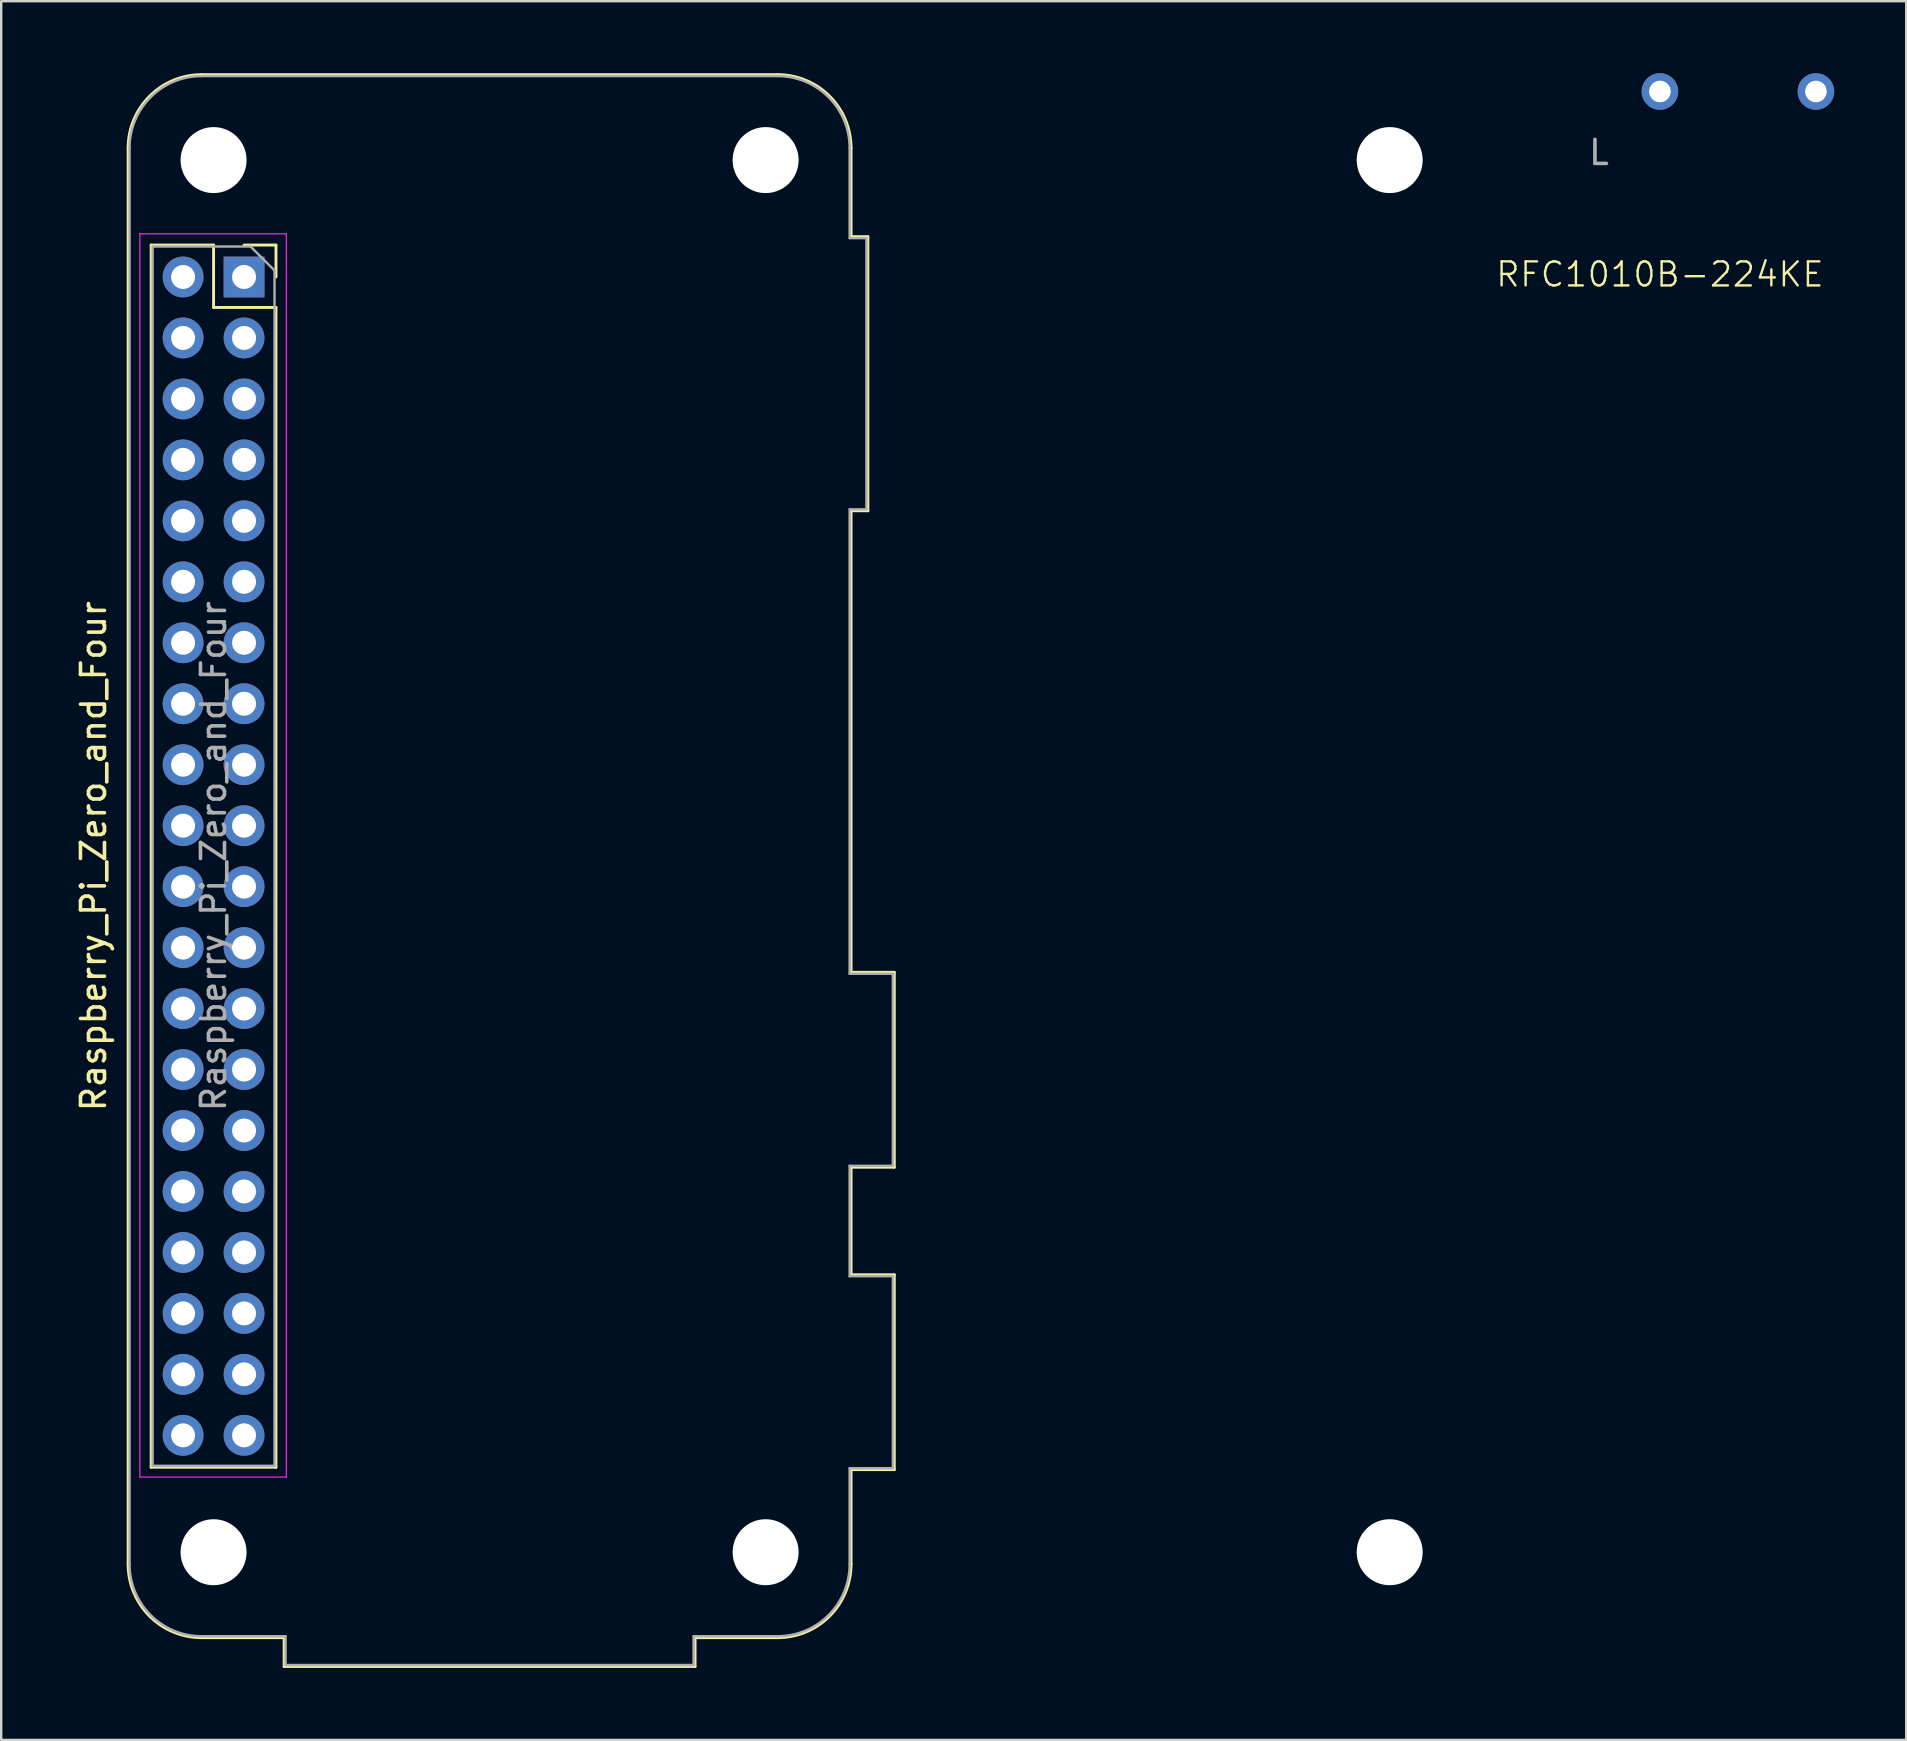
<source format=kicad_pcb>
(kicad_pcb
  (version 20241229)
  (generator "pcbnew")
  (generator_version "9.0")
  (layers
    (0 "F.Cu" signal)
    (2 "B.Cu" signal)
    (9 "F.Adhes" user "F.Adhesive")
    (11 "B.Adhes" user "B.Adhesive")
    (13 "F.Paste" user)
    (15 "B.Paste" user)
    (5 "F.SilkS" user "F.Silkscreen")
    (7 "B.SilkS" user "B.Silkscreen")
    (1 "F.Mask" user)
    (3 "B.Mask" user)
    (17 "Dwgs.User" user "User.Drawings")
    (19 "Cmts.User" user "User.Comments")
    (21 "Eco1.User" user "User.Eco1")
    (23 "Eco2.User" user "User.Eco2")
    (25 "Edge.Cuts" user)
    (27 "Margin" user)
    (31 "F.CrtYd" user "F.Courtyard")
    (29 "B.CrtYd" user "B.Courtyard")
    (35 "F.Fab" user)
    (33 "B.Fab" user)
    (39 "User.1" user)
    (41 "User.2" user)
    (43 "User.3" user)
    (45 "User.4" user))
  (footprint "Raspberry_Pi_Zero_and_Four"
    (layer "F.Cu")
    (at 7.118 8.49)
    (property "Reference" "Raspberry_Pi_Zero_and_Four" (at -6.27 24.13 90) (layer "F.SilkS") (effects (font (size 1 1) (thickness 0.15))))
    (attr through_hole)
    (fp_line (start -4.83 53.63) (end -4.83 -5.37) (stroke (width 0.12) (type solid)) (layer "F.SilkS"))
    (fp_line (start -3.87 -1.33) (end -3.87 49.59) (stroke (width 0.12) (type solid)) (layer "F.SilkS"))
    (fp_line (start -3.87 -1.33) (end -1.27 -1.33) (stroke (width 0.12) (type solid)) (layer "F.SilkS"))
    (fp_line (start -3.87 49.59) (end 1.33 49.59) (stroke (width 0.12) (type solid)) (layer "F.SilkS"))
    (fp_line (start -1.77 -8.43) (end 22.23 -8.43) (stroke (width 0.12) (type solid)) (layer "F.SilkS"))
    (fp_line (start -1.27 -1.33) (end -1.27 1.27) (stroke (width 0.12) (type solid)) (layer "F.SilkS"))
    (fp_line (start -1.27 1.27) (end 1.33 1.27) (stroke (width 0.12) (type solid)) (layer "F.SilkS"))
    (fp_line (start 0 -1.33) (end 1.33 -1.33) (stroke (width 0.12) (type solid)) (layer "F.SilkS"))
    (fp_line (start 1.33 -1.33) (end 1.33 0) (stroke (width 0.12) (type solid)) (layer "F.SilkS"))
    (fp_line (start 1.33 1.27) (end 1.33 49.59) (stroke (width 0.12) (type solid)) (layer "F.SilkS"))
    (fp_line (start 1.67 56.69) (end -1.77 56.69) (stroke (width 0.12) (type solid)) (layer "F.SilkS"))
    (fp_line (start 1.67 56.69) (end 1.67 57.89) (stroke (width 0.12) (type solid)) (layer "F.SilkS"))
    (fp_line (start 1.67 57.89) (end 18.79 57.89) (stroke (width 0.12) (type solid)) (layer "F.SilkS"))
    (fp_line (start 18.79 56.69) (end 22.23 56.69) (stroke (width 0.12) (type solid)) (layer "F.SilkS"))
    (fp_line (start 18.79 57.89) (end 18.79 56.69) (stroke (width 0.12) (type solid)) (layer "F.SilkS"))
    (fp_line (start 25.29 -1.68) (end 25.29 -5.37) (stroke (width 0.12) (type solid)) (layer "F.SilkS"))
    (fp_line (start 25.29 9.74) (end 25.99 9.74) (stroke (width 0.12) (type solid)) (layer "F.SilkS"))
    (fp_line (start 25.29 28.97) (end 25.29 9.74) (stroke (width 0.12) (type solid)) (layer "F.SilkS"))
    (fp_line (start 25.29 37.09) (end 27.09 37.09) (stroke (width 0.12) (type solid)) (layer "F.SilkS"))
    (fp_line (start 25.29 41.57) (end 25.29 37.09) (stroke (width 0.12) (type solid)) (layer "F.SilkS"))
    (fp_line (start 25.29 49.69) (end 27.09 49.69) (stroke (width 0.12) (type solid)) (layer "F.SilkS"))
    (fp_line (start 25.29 53.63) (end 25.29 49.69) (stroke (width 0.12) (type solid)) (layer "F.SilkS"))
    (fp_line (start 25.99 -1.68) (end 25.29 -1.68) (stroke (width 0.12) (type solid)) (layer "F.SilkS"))
    (fp_line (start 25.99 9.74) (end 25.99 -1.68) (stroke (width 0.12) (type solid)) (layer "F.SilkS"))
    (fp_line (start 27.09 28.97) (end 25.29 28.97) (stroke (width 0.12) (type solid)) (layer "F.SilkS"))
    (fp_line (start 27.09 37.09) (end 27.09 28.97) (stroke (width 0.12) (type solid)) (layer "F.SilkS"))
    (fp_line (start 27.09 41.57) (end 25.29 41.57) (stroke (width 0.12) (type solid)) (layer "F.SilkS"))
    (fp_line (start 27.09 49.69) (end 27.09 41.57) (stroke (width 0.12) (type solid)) (layer "F.SilkS"))
    (fp_arc (start -4.83 -5.37) (mid -3.933747 -7.533747) (end -1.77 -8.43) (stroke (width 0.12) (type solid)) (layer "F.SilkS"))
    (fp_arc (start -1.77 56.69) (mid -3.933747 55.793747) (end -4.83 53.63) (stroke (width 0.12) (type solid)) (layer "F.SilkS"))
    (fp_arc (start 22.23 -8.43) (mid 24.393747 -7.533747) (end 25.29 -5.37) (stroke (width 0.12) (type solid)) (layer "F.SilkS"))
    (fp_arc (start 25.29 53.63) (mid 24.393747 55.793747) (end 22.23 56.69) (stroke (width 0.12) (type solid)) (layer "F.SilkS"))
    (fp_line (start -4.34 -1.8) (end 1.76 -1.8) (stroke (width 0.05) (type solid)) (layer "F.CrtYd"))
    (fp_line (start -4.34 50) (end -4.34 -1.8) (stroke (width 0.05) (type solid)) (layer "F.CrtYd"))
    (fp_line (start 1.76 -1.8) (end 1.76 50) (stroke (width 0.05) (type solid)) (layer "F.CrtYd"))
    (fp_line (start 1.76 50) (end -4.34 50) (stroke (width 0.05) (type solid)) (layer "F.CrtYd"))
    (fp_line (start -4.77 53.63) (end -4.77 -5.37) (stroke (width 0.1) (type solid)) (layer "F.Fab"))
    (fp_line (start -3.81 -1.27) (end 0.27 -1.27) (stroke (width 0.1) (type solid)) (layer "F.Fab"))
    (fp_line (start -3.81 49.53) (end -3.81 -1.27) (stroke (width 0.1) (type solid)) (layer "F.Fab"))
    (fp_line (start -1.77 -8.37) (end 22.23 -8.37) (stroke (width 0.1) (type solid)) (layer "F.Fab"))
    (fp_line (start -1.77 56.63) (end 1.73 56.63) (stroke (width 0.1) (type solid)) (layer "F.Fab"))
    (fp_line (start 0.27 -1.27) (end 1.27 -0.27) (stroke (width 0.1) (type solid)) (layer "F.Fab"))
    (fp_line (start 1.27 -0.27) (end 1.27 49.53) (stroke (width 0.1) (type solid)) (layer "F.Fab"))
    (fp_line (start 1.27 49.53) (end -3.81 49.53) (stroke (width 0.1) (type solid)) (layer "F.Fab"))
    (fp_line (start 1.73 56.63) (end 1.73 57.83) (stroke (width 0.1) (type solid)) (layer "F.Fab"))
    (fp_line (start 1.73 57.83) (end 18.73 57.83) (stroke (width 0.1) (type solid)) (layer "F.Fab"))
    (fp_line (start 18.73 56.63) (end 18.73 57.83) (stroke (width 0.1) (type solid)) (layer "F.Fab"))
    (fp_line (start 22.23 56.63) (end 18.73 56.63) (stroke (width 0.1) (type solid)) (layer "F.Fab"))
    (fp_line (start 25.23 -1.62) (end 25.23 -5.37) (stroke (width 0.1) (type solid)) (layer "F.Fab"))
    (fp_line (start 25.23 -1.62) (end 25.93 -1.62) (stroke (width 0.1) (type solid)) (layer "F.Fab"))
    (fp_line (start 25.23 9.68) (end 25.93 9.68) (stroke (width 0.1) (type solid)) (layer "F.Fab"))
    (fp_line (start 25.23 29.03) (end 25.23 9.68) (stroke (width 0.1) (type solid)) (layer "F.Fab"))
    (fp_line (start 25.23 37.03) (end 27.03 37.03) (stroke (width 0.1) (type solid)) (layer "F.Fab"))
    (fp_line (start 25.23 41.63) (end 25.23 37.03) (stroke (width 0.1) (type solid)) (layer "F.Fab"))
    (fp_line (start 25.23 49.63) (end 25.23 53.63) (stroke (width 0.1) (type solid)) (layer "F.Fab"))
    (fp_line (start 25.23 49.63) (end 27.03 49.63) (stroke (width 0.1) (type solid)) (layer "F.Fab"))
    (fp_line (start 25.93 9.68) (end 25.93 -1.62) (stroke (width 0.1) (type solid)) (layer "F.Fab"))
    (fp_line (start 27.03 29.03) (end 25.23 29.03) (stroke (width 0.1) (type solid)) (layer "F.Fab"))
    (fp_line (start 27.03 37.03) (end 27.03 29.03) (stroke (width 0.1) (type solid)) (layer "F.Fab"))
    (fp_line (start 27.03 41.63) (end 25.23 41.63) (stroke (width 0.1) (type solid)) (layer "F.Fab"))
    (fp_line (start 27.03 49.63) (end 27.03 41.63) (stroke (width 0.1) (type solid)) (layer "F.Fab"))
    (fp_arc (start -4.77 -5.37) (mid -3.89132 -7.49132) (end -1.77 -8.37) (stroke (width 0.1) (type solid)) (layer "F.Fab"))
    (fp_arc (start -1.77 56.63) (mid -3.89132 55.75132) (end -4.77 53.63) (stroke (width 0.1) (type solid)) (layer "F.Fab"))
    (fp_arc (start 22.23 -8.37) (mid 24.35132 -7.49132) (end 25.23 -5.37) (stroke (width 0.1) (type solid)) (layer "F.Fab"))
    (fp_arc (start 25.23 53.63) (mid 24.35132 55.75132) (end 22.23 56.63) (stroke (width 0.1) (type solid)) (layer "F.Fab"))
    (fp_text user "${REFERENCE}" (at -1.27 24.13 90) (layer "F.Fab") (effects (font (size 1 1) (thickness 0.15))))
    (pad "" np_thru_hole circle (at -1.27 -4.87 90) (size 2.75 2.75) (drill 2.75) (layers "*.Cu"))
    (pad "" np_thru_hole circle (at -1.27 53.13 90) (size 2.75 2.75) (drill 2.75) (layers "*.Cu"))
    (pad "" np_thru_hole circle (at 21.73 -4.87 90) (size 2.75 2.75) (drill 2.75) (layers "*.Cu"))
    (pad "" np_thru_hole circle (at 21.73 53.13 90) (size 2.75 2.75) (drill 2.75) (layers "*.Cu"))
    (pad "" np_thru_hole circle (at 47.73 -4.87 90) (size 2.75 2.75) (drill 2.75) (layers "*.Cu"))
    (pad "" np_thru_hole circle (at 47.73 53.13 90) (size 2.75 2.75) (drill 2.75) (layers "*.Cu"))
    (pad "1" thru_hole rect (at 0 0) (size 1.7 1.7) (drill 1) (layers "*.Cu" "*.Mask"))
    (pad "2" thru_hole oval (at -2.54 0) (size 1.7 1.7) (drill 1) (layers "*.Cu" "*.Mask"))
    (pad "3" thru_hole oval (at 0 2.54) (size 1.7 1.7) (drill 1) (layers "*.Cu" "*.Mask"))
    (pad "4" thru_hole oval (at -2.54 2.54) (size 1.7 1.7) (drill 1) (layers "*.Cu" "*.Mask"))
    (pad "5" thru_hole oval (at 0 5.08) (size 1.7 1.7) (drill 1) (layers "*.Cu" "*.Mask"))
    (pad "6" thru_hole oval (at -2.54 5.08) (size 1.7 1.7) (drill 1) (layers "*.Cu" "*.Mask"))
    (pad "7" thru_hole oval (at 0 7.62) (size 1.7 1.7) (drill 1) (layers "*.Cu" "*.Mask"))
    (pad "8" thru_hole oval (at -2.54 7.62) (size 1.7 1.7) (drill 1) (layers "*.Cu" "*.Mask"))
    (pad "9" thru_hole oval (at 0 10.16) (size 1.7 1.7) (drill 1) (layers "*.Cu" "*.Mask"))
    (pad "10" thru_hole oval (at -2.54 10.16) (size 1.7 1.7) (drill 1) (layers "*.Cu" "*.Mask"))
    (pad "11" thru_hole oval (at 0 12.7) (size 1.7 1.7) (drill 1) (layers "*.Cu" "*.Mask"))
    (pad "12" thru_hole oval (at -2.54 12.7) (size 1.7 1.7) (drill 1) (layers "*.Cu" "*.Mask"))
    (pad "13" thru_hole oval (at 0 15.24) (size 1.7 1.7) (drill 1) (layers "*.Cu" "*.Mask"))
    (pad "14" thru_hole oval (at -2.54 15.24) (size 1.7 1.7) (drill 1) (layers "*.Cu" "*.Mask"))
    (pad "15" thru_hole oval (at 0 17.78) (size 1.7 1.7) (drill 1) (layers "*.Cu" "*.Mask"))
    (pad "16" thru_hole oval (at -2.54 17.78) (size 1.7 1.7) (drill 1) (layers "*.Cu" "*.Mask"))
    (pad "17" thru_hole oval (at 0 20.32) (size 1.7 1.7) (drill 1) (layers "*.Cu" "*.Mask"))
    (pad "18" thru_hole oval (at -2.54 20.32) (size 1.7 1.7) (drill 1) (layers "*.Cu" "*.Mask"))
    (pad "19" thru_hole oval (at 0 22.86) (size 1.7 1.7) (drill 1) (layers "*.Cu" "*.Mask"))
    (pad "20" thru_hole oval (at -2.54 22.86) (size 1.7 1.7) (drill 1) (layers "*.Cu" "*.Mask"))
    (pad "21" thru_hole oval (at 0 25.4) (size 1.7 1.7) (drill 1) (layers "*.Cu" "*.Mask"))
    (pad "22" thru_hole oval (at -2.54 25.4) (size 1.7 1.7) (drill 1) (layers "*.Cu" "*.Mask"))
    (pad "23" thru_hole oval (at 0 27.94) (size 1.7 1.7) (drill 1) (layers "*.Cu" "*.Mask"))
    (pad "24" thru_hole oval (at -2.54 27.94) (size 1.7 1.7) (drill 1) (layers "*.Cu" "*.Mask"))
    (pad "25" thru_hole oval (at 0 30.48) (size 1.7 1.7) (drill 1) (layers "*.Cu" "*.Mask"))
    (pad "26" thru_hole oval (at -2.54 30.48) (size 1.7 1.7) (drill 1) (layers "*.Cu" "*.Mask"))
    (pad "27" thru_hole oval (at 0 33.02) (size 1.7 1.7) (drill 1) (layers "*.Cu" "*.Mask"))
    (pad "28" thru_hole oval (at -2.54 33.02) (size 1.7 1.7) (drill 1) (layers "*.Cu" "*.Mask"))
    (pad "29" thru_hole oval (at 0 35.56) (size 1.7 1.7) (drill 1) (layers "*.Cu" "*.Mask"))
    (pad "30" thru_hole oval (at -2.54 35.56) (size 1.7 1.7) (drill 1) (layers "*.Cu" "*.Mask"))
    (pad "31" thru_hole oval (at 0 38.1) (size 1.7 1.7) (drill 1) (layers "*.Cu" "*.Mask"))
    (pad "32" thru_hole oval (at -2.54 38.1) (size 1.7 1.7) (drill 1) (layers "*.Cu" "*.Mask"))
    (pad "33" thru_hole oval (at 0 40.64) (size 1.7 1.7) (drill 1) (layers "*.Cu" "*.Mask"))
    (pad "34" thru_hole oval (at -2.54 40.64) (size 1.7 1.7) (drill 1) (layers "*.Cu" "*.Mask"))
    (pad "35" thru_hole oval (at 0 43.18) (size 1.7 1.7) (drill 1) (layers "*.Cu" "*.Mask"))
    (pad "36" thru_hole oval (at -2.54 43.18) (size 1.7 1.7) (drill 1) (layers "*.Cu" "*.Mask"))
    (pad "37" thru_hole oval (at 0 45.72) (size 1.7 1.7) (drill 1) (layers "*.Cu" "*.Mask"))
    (pad "38" thru_hole oval (at -2.54 45.72) (size 1.7 1.7) (drill 1) (layers "*.Cu" "*.Mask"))
    (pad "39" thru_hole oval (at 0 48.26) (size 1.7 1.7) (drill 1) (layers "*.Cu" "*.Mask"))
    (pad "40" thru_hole oval (at -2.54 48.26) (size 1.7 1.7) (drill 1) (layers "*.Cu" "*.Mask")))
  (footprint "RFC1010B-224KE"
    (layer "F.Cu")
    (at 66.107 0.762)
    (property "Reference" "RFC1010B-224KE" (at 0 7.62 0) (unlocked yes) (layer "F.SilkS") (effects (font (size 1 1) (thickness 0.1))))
    (attr through_hole)
    (fp_text user "L" (at -2.54 2.54 0) (unlocked yes) (layer "F.Fab") (effects (font (size 1 1) (thickness 0.15))))
    (pad "1" thru_hole circle (at 0 0) (size 1.524 1.524) (drill 0.9) (layers "*.Cu" "*.Mask"))
    (pad "2" thru_hole circle (at 6.5 0) (size 1.524 1.524) (drill 0.9) (layers "*.Cu" "*.Mask")))
  (gr_rect
    (start -3 -3)
    (end 76.369 69.44)
    (stroke (width 0.1) (type default))
    (fill no)
    (layer "Edge.Cuts")))
</source>
